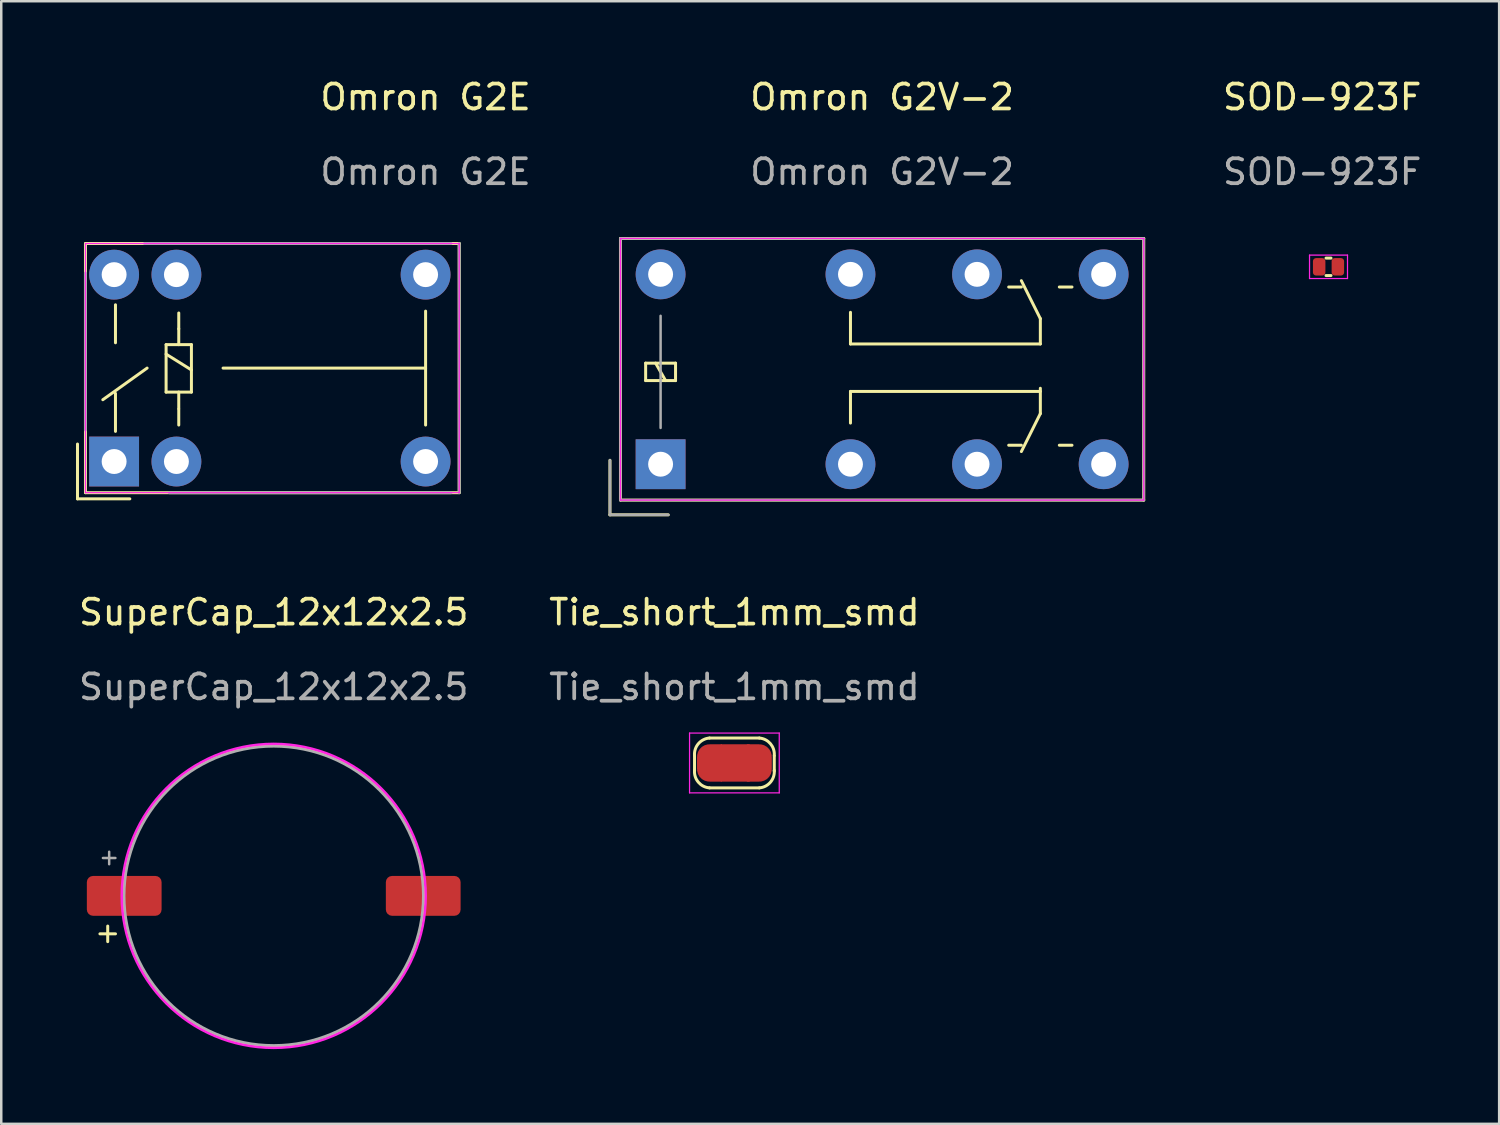
<source format=kicad_pcb>
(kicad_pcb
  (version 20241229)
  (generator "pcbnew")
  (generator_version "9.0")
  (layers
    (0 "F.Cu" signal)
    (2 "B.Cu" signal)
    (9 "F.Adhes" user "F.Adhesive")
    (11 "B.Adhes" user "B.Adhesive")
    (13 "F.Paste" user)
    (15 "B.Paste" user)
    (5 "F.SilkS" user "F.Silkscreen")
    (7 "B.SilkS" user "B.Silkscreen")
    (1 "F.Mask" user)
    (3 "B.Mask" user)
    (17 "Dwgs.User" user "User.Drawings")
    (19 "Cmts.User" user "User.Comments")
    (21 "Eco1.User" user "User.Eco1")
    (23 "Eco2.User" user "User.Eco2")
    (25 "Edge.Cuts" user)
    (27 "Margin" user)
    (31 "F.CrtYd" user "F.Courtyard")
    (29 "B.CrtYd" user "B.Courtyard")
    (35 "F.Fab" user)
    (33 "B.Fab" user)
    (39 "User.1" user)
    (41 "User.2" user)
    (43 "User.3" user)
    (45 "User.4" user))
  (footprint "Omron G2V-2"
    (layer "F.Cu")
    (at 32.351 11.77)
    (property "Reference" "Omron G2V-2" (at 0 -10.922 0) (unlocked yes) (layer "F.SilkS") (effects (font (size 1 1) (thickness 0.15))))
    (attr through_hole)
    (fp_line (start -10.922 5.842) (end -10.922 3.652) (stroke (width 0.12) (type solid)) (layer "F.SilkS"))
    (fp_line (start -10.5 -5.25) (end -10.5 5.25) (stroke (width 0.12) (type solid)) (layer "F.SilkS"))
    (fp_line (start -10.5 5.25) (end 10.5 5.25) (stroke (width 0.12) (type solid)) (layer "F.SilkS"))
    (fp_line (start -9.49 -0.246) (end -9.49 0.454) (stroke (width 0.12) (type solid)) (layer "F.SilkS"))
    (fp_line (start -9.49 0.454) (end -8.29 0.454) (stroke (width 0.12) (type solid)) (layer "F.SilkS"))
    (fp_line (start -8.69 0.454) (end -9.09 -0.246) (stroke (width 0.12) (type solid)) (layer "F.SilkS"))
    (fp_line (start -8.582 5.842) (end -10.922 5.842) (stroke (width 0.12) (type solid)) (layer "F.SilkS"))
    (fp_line (start -8.29 -0.246) (end -9.49 -0.246) (stroke (width 0.12) (type solid)) (layer "F.SilkS"))
    (fp_line (start -8.29 0.454) (end -8.29 -0.246) (stroke (width 0.12) (type solid)) (layer "F.SilkS"))
    (fp_line (start -1.27 -2.286) (end -1.27 -1.016) (stroke (width 0.12) (type solid)) (layer "F.SilkS"))
    (fp_line (start -1.27 -1.016) (end 6.35 -1.016) (stroke (width 0.12) (type solid)) (layer "F.SilkS"))
    (fp_line (start -1.27 0.889) (end -1.27 2.159) (stroke (width 0.12) (type solid)) (layer "F.SilkS"))
    (fp_line (start -1.27 0.889) (end 6.35 0.889) (stroke (width 0.12) (type solid)) (layer "F.SilkS"))
    (fp_line (start 5.08 -3.302) (end 5.588 -3.302) (stroke (width 0.12) (type solid)) (layer "F.SilkS"))
    (fp_line (start 5.08 3.048) (end 5.588 3.048) (stroke (width 0.12) (type solid)) (layer "F.SilkS"))
    (fp_line (start 5.588 3.302) (end 6.35 1.778) (stroke (width 0.12) (type solid)) (layer "F.SilkS"))
    (fp_line (start 6.35 -2.032) (end 5.588 -3.556) (stroke (width 0.12) (type solid)) (layer "F.SilkS"))
    (fp_line (start 6.35 -1.016) (end 6.35 -2.032) (stroke (width 0.12) (type solid)) (layer "F.SilkS"))
    (fp_line (start 6.35 1.778) (end 6.35 0.762) (stroke (width 0.12) (type solid)) (layer "F.SilkS"))
    (fp_line (start 7.112 -3.302) (end 7.62 -3.302) (stroke (width 0.12) (type solid)) (layer "F.SilkS"))
    (fp_line (start 7.112 3.048) (end 7.62 3.048) (stroke (width 0.12) (type solid)) (layer "F.SilkS"))
    (fp_line (start 10.5 -5.25) (end -10.5 -5.25) (stroke (width 0.12) (type solid)) (layer "F.SilkS"))
    (fp_line (start 10.5 5.25) (end 10.5 -5.25) (stroke (width 0.12) (type solid)) (layer "F.SilkS"))
    (fp_line (start -10.5 -5.25) (end -10.5 5.25) (stroke (width 0.05) (type solid)) (layer "F.CrtYd"))
    (fp_line (start -10.5 5.25) (end 10.5 5.25) (stroke (width 0.05) (type solid)) (layer "F.CrtYd"))
    (fp_line (start 10.5 -5.25) (end -10.5 -5.25) (stroke (width 0.05) (type solid)) (layer "F.CrtYd"))
    (fp_line (start 10.5 5.25) (end 10.5 -5.25) (stroke (width 0.05) (type solid)) (layer "F.CrtYd"))
    (fp_line (start -10.922 5.842) (end -10.922 3.652) (stroke (width 0.1) (type solid)) (layer "F.Fab"))
    (fp_line (start -10.5 -5.25) (end -10.5 5.25) (stroke (width 0.1) (type solid)) (layer "F.Fab"))
    (fp_line (start -10.5 5.25) (end 10.5 5.25) (stroke (width 0.1) (type solid)) (layer "F.Fab"))
    (fp_line (start -8.89 2.354) (end -8.89 -2.146) (stroke (width 0.1) (type solid)) (layer "F.Fab"))
    (fp_line (start -8.582 5.842) (end -10.922 5.842) (stroke (width 0.1) (type solid)) (layer "F.Fab"))
    (fp_line (start 10.5 -5.25) (end -10.5 -5.25) (stroke (width 0.1) (type solid)) (layer "F.Fab"))
    (fp_line (start 10.5 5.25) (end 10.5 -5.25) (stroke (width 0.1) (type solid)) (layer "F.Fab"))
    (fp_text user "${REFERENCE}" (at 0 -7.922 0) (unlocked yes) (layer "F.Fab") (effects (font (size 1 1) (thickness 0.15))))
    (pad "1" thru_hole rect (at -8.89 3.81 90) (size 2 2) (drill 1) (layers "*.Cu" "*.Mask"))
    (pad "4" thru_hole circle (at -1.27 3.81 90) (size 2 2) (drill 1) (layers "*.Cu" "*.Mask"))
    (pad "6" thru_hole circle (at 3.81 3.81 90) (size 2 2) (drill 1) (layers "*.Cu" "*.Mask"))
    (pad "8" thru_hole circle (at 8.89 3.81 90) (size 2 2) (drill 1) (layers "*.Cu" "*.Mask"))
    (pad "9" thru_hole circle (at 8.89 -3.81 90) (size 2 2) (drill 1) (layers "*.Cu" "*.Mask"))
    (pad "11" thru_hole circle (at 3.81 -3.81 90) (size 2 2) (drill 1) (layers "*.Cu" "*.Mask"))
    (pad "13" thru_hole circle (at -1.27 -3.81 90) (size 2 2) (drill 1) (layers "*.Cu" "*.Mask"))
    (pad "16" thru_hole circle (at -8.89 -3.81 90) (size 2 2) (drill 1) (layers "*.Cu" "*.Mask")))
  (footprint "Tie_short_1mm_smd"
    (layer "F.Cu")
    (at 26.423 27.569)
    (property "Reference" "Tie_short_1mm_smd" (at 0 -6.048 0) (unlocked yes) (layer "F.SilkS") (effects (font (size 1 1) (thickness 0.15))))
    (attr smd)
    (fp_poly (pts (xy -0.549 -0.75) (xy 0.614 -0.75) (xy 0.614 0.75) (xy -0.549 0.75)) (stroke (width 0) (type solid)) (fill yes) (layer "F.Cu"))
    (fp_line (start -1.6 0.32) (end -1.6 -0.28) (stroke (width 0.12) (type solid)) (layer "F.SilkS"))
    (fp_line (start -1 -1) (end 1 -1) (stroke (width 0.12) (type solid)) (layer "F.SilkS"))
    (fp_line (start 1 1) (end -1 1) (stroke (width 0.12) (type solid)) (layer "F.SilkS"))
    (fp_line (start 1.6 -0.28) (end 1.6 0.32) (stroke (width 0.12) (type solid)) (layer "F.SilkS"))
    (fp_arc (start -1.6 -0.3) (mid -1.444975 -0.774264) (end -1 -1) (stroke (width 0.12) (type solid)) (layer "F.SilkS"))
    (fp_arc (start -1 1) (mid -1.444975 0.774264) (end -1.6 0.3) (stroke (width 0.12) (type solid)) (layer "F.SilkS"))
    (fp_arc (start 1 -1) (mid 1.444975 -0.774264) (end 1.6 -0.3) (stroke (width 0.12) (type solid)) (layer "F.SilkS"))
    (fp_arc (start 1.6 0.3) (mid 1.444975 0.774264) (end 1 1) (stroke (width 0.12) (type solid)) (layer "F.SilkS"))
    (fp_line (start -1.8 -1.2) (end -1.8 1.2) (stroke (width 0.05) (type solid)) (layer "F.CrtYd"))
    (fp_line (start -1.8 -1.2) (end 1.8 -1.2) (stroke (width 0.05) (type solid)) (layer "F.CrtYd"))
    (fp_line (start 1.8 1.2) (end -1.8 1.2) (stroke (width 0.05) (type solid)) (layer "F.CrtYd"))
    (fp_line (start 1.8 1.2) (end 1.8 -1.2) (stroke (width 0.05) (type solid)) (layer "F.CrtYd"))
    (fp_text user "${REFERENCE}" (at 0 -3.048 0) (unlocked yes) (layer "F.Fab") (effects (font (size 1 1) (thickness 0.15))))
    (pad "1" smd custom (at -1 0) (size 1 0.5) (layers "F.Cu" "F.Mask") (options (anchor rect)) (primitives (gr_circle (center 0 0.25) (end 0.5 0.25) (width 0) (fill yes)) (gr_circle (center 0 -0.25) (end 0.5 -0.25) (width 0) (fill yes)) (gr_poly (pts (xy 0.5 0.75) (xy 0 0.75) (xy 0 -0.75) (xy 0.5 -0.75)) (width 0) (fill yes))))
    (pad "2" smd custom (at 1 0) (size 1 0.5) (layers "F.Cu" "F.Mask") (options (anchor rect)) (primitives (gr_circle (center 0 0.25) (end 0.5 0.25) (width 0) (fill yes)) (gr_circle (center 0 -0.25) (end 0.5 -0.25) (width 0) (fill yes)) (gr_poly (pts (xy 0 0.75) (xy -0.5 0.75) (xy -0.5 -0.75) (xy 0 -0.75)) (width 0) (fill yes)))))
  (footprint "SuperCap_12x12x2.5"
    (layer "F.Cu")
    (at 7.935 32.903)
    (property "Reference" "SuperCap_12x12x2.5" (at 0 -11.382 0) (unlocked yes) (layer "F.SilkS") (effects (font (size 1 1) (thickness 0.15))))
    (attr smd)
    (fp_line (start -6.975 1.524) (end -6.35 1.524) (stroke (width 0.12) (type solid)) (layer "F.SilkS"))
    (fp_line (start -6.662 1.212) (end -6.662 1.837) (stroke (width 0.12) (type solid)) (layer "F.SilkS"))
    (fp_circle (center 0 0) (end 6.05 0) (stroke (width 0.1) (type solid)) (fill no) (layer "F.SilkS"))
    (fp_circle (center 0 0) (end 6.1 0) (stroke (width 0.1) (type solid)) (fill no) (layer "F.CrtYd"))
    (fp_line (start -6.854 -1.52) (end -6.354 -1.52) (stroke (width 0.1) (type solid)) (layer "F.Fab"))
    (fp_line (start -6.604 -1.77) (end -6.604 -1.27) (stroke (width 0.1) (type solid)) (layer "F.Fab"))
    (fp_circle (center 0 0) (end 6 0) (stroke (width 0.1) (type solid)) (fill no) (layer "F.Fab"))
    (fp_text user "${REFERENCE}" (at 0 -8.382 0) (unlocked yes) (layer "F.Fab") (effects (font (size 1 1) (thickness 0.15))))
    (pad "1" smd roundrect (at -6 0) (size 3 1.6) (layers "F.Cu" "F.Mask" "F.Paste") (roundrect_rratio 0.156))
    (pad "2" smd roundrect (at 6 0) (size 3 1.6) (layers "F.Cu" "F.Mask" "F.Paste") (roundrect_rratio 0.156)))
  (footprint "SOD-923F"
    (layer "F.Cu")
    (at 50.266 7.658)
    (property "Reference" "SOD-923F" (at -0.254 -6.81 0) (unlocked yes) (layer "F.SilkS") (effects (font (size 1 1) (thickness 0.15))))
    (attr smd)
    (fp_line (start -0.1 -0.35) (end 0.1 -0.35) (stroke (width 0.12) (type solid)) (layer "F.SilkS"))
    (fp_line (start -0.1 0.35) (end 0.1 0.35) (stroke (width 0.12) (type solid)) (layer "F.SilkS"))
    (fp_line (start -0.762 -0.47) (end 0.762 -0.47) (stroke (width 0.05) (type solid)) (layer "F.CrtYd"))
    (fp_line (start -0.762 0.47) (end -0.762 -0.47) (stroke (width 0.05) (type solid)) (layer "F.CrtYd"))
    (fp_line (start 0.762 -0.47) (end 0.762 0.47) (stroke (width 0.05) (type solid)) (layer "F.CrtYd"))
    (fp_line (start 0.762 0.47) (end -0.762 0.47) (stroke (width 0.05) (type solid)) (layer "F.CrtYd"))
    (fp_text user "${REFERENCE}" (at -0.254 -3.81 0) (unlocked yes) (layer "F.Fab") (effects (font (size 1 1) (thickness 0.15))))
    (pad "1" smd roundrect (at -0.375 0) (size 0.5 0.7) (layers "F.Cu" "F.Mask" "F.Paste") (roundrect_rratio 0.25))
    (pad "2" smd roundrect (at 0.375 0) (size 0.5 0.7) (layers "F.Cu" "F.Mask" "F.Paste") (roundrect_rratio 0.25)))
  (footprint "Omron G2E"
    (layer "F.Cu")
    (at 14.03 11.722)
    (property "Reference" "Omron G2E" (at 0 -10.874 0) (unlocked yes) (layer "F.SilkS") (effects (font (size 1 1) (thickness 0.15))))
    (attr through_hole)
    (fp_line (start -13.97 5.248) (end -13.97 3.048) (stroke (width 0.12) (type solid)) (layer "F.SilkS"))
    (fp_line (start -13.65 -5) (end 1.35 -5) (stroke (width 0.12) (type solid)) (layer "F.SilkS"))
    (fp_line (start -13.65 5) (end -13.65 -5) (stroke (width 0.12) (type solid)) (layer "F.SilkS"))
    (fp_line (start -12.446 -2.54) (end -12.446 -1.016) (stroke (width 0.12) (type solid)) (layer "F.SilkS"))
    (fp_line (start -12.446 2.54) (end -12.446 1.016) (stroke (width 0.12) (type solid)) (layer "F.SilkS"))
    (fp_line (start -11.87 5.248) (end -13.97 5.248) (stroke (width 0.12) (type solid)) (layer "F.SilkS"))
    (fp_line (start -11.176 0) (end -12.954 1.27) (stroke (width 0.12) (type solid)) (layer "F.SilkS"))
    (fp_line (start -10.414 -0.941) (end -10.414 0.964) (stroke (width 0.12) (type solid)) (layer "F.SilkS"))
    (fp_line (start -10.414 -0.941) (end -9.398 -0.941) (stroke (width 0.12) (type solid)) (layer "F.SilkS"))
    (fp_line (start -10.414 -0.56) (end -9.398 0.075) (stroke (width 0.12) (type solid)) (layer "F.SilkS"))
    (fp_line (start -10.414 0.964) (end -9.398 0.964) (stroke (width 0.12) (type solid)) (layer "F.SilkS"))
    (fp_line (start -9.906 -1.576) (end -9.906 -2.211) (stroke (width 0.12) (type solid)) (layer "F.SilkS"))
    (fp_line (start -9.906 -1.576) (end -9.906 -0.941) (stroke (width 0.12) (type solid)) (layer "F.SilkS"))
    (fp_line (start -9.906 1.624) (end -9.906 0.964) (stroke (width 0.12) (type solid)) (layer "F.SilkS"))
    (fp_line (start -9.906 2.286) (end -9.906 1.651) (stroke (width 0.12) (type solid)) (layer "F.SilkS"))
    (fp_line (start -9.398 0.964) (end -9.398 -0.941) (stroke (width 0.12) (type solid)) (layer "F.SilkS"))
    (fp_line (start 0 -2.286) (end 0 2.286) (stroke (width 0.12) (type solid)) (layer "F.SilkS"))
    (fp_line (start 0 0) (end -8.128 0) (stroke (width 0.12) (type solid)) (layer "F.SilkS"))
    (fp_line (start 1.35 -5) (end 1.35 5) (stroke (width 0.12) (type solid)) (layer "F.SilkS"))
    (fp_line (start 1.35 5) (end -13.65 5) (stroke (width 0.12) (type solid)) (layer "F.SilkS"))
    (fp_line (start -13.65 5) (end -13.65 -5) (stroke (width 0.05) (type solid)) (layer "F.CrtYd"))
    (fp_line (start -13.65 5) (end 1.35 5) (stroke (width 0.05) (type solid)) (layer "F.CrtYd"))
    (fp_line (start 1.35 -5) (end -13.65 -5) (stroke (width 0.05) (type solid)) (layer "F.CrtYd"))
    (fp_line (start 1.35 -5) (end 1.35 5) (stroke (width 0.05) (type solid)) (layer "F.CrtYd"))
    (fp_line (start -13.65 2.486) (end -13.65 -3.814) (stroke (width 0.12) (type solid)) (layer "F.Fab"))
    (fp_line (start -11.28 -5) (end 1.02 -5) (stroke (width 0.12) (type solid)) (layer "F.Fab"))
    (fp_line (start 1.02 5) (end -10.28 5) (stroke (width 0.12) (type solid)) (layer "F.Fab"))
    (fp_line (start 1.35 -5) (end 1.35 5) (stroke (width 0.12) (type solid)) (layer "F.Fab"))
    (fp_text user "${REFERENCE}" (at 0 -7.874 0) (unlocked yes) (layer "F.Fab") (effects (font (size 1 1) (thickness 0.15))))
    (pad "1" thru_hole rect (at -12.5 3.75 90) (size 2 2) (drill 1) (layers "*.Cu" "*.Mask"))
    (pad "2" thru_hole circle (at -10 3.75 90) (size 2 2) (drill 1) (layers "*.Cu" "*.Mask"))
    (pad "3" thru_hole circle (at 0 3.75 90) (size 2 2) (drill 1) (layers "*.Cu" "*.Mask"))
    (pad "4" thru_hole circle (at 0 -3.75 90) (size 2 2) (drill 1) (layers "*.Cu" "*.Mask"))
    (pad "5" thru_hole circle (at -10 -3.75 90) (size 2 2) (drill 1) (layers "*.Cu" "*.Mask"))
    (pad "6" thru_hole circle (at -12.5 -3.75 90) (size 2 2) (drill 1) (layers "*.Cu" "*.Mask")))
  (gr_rect
    (start -3 -3)
    (end 57.114 42.053)
    (stroke (width 0.1) (type default))
    (fill no)
    (layer "Edge.Cuts")))
</source>
